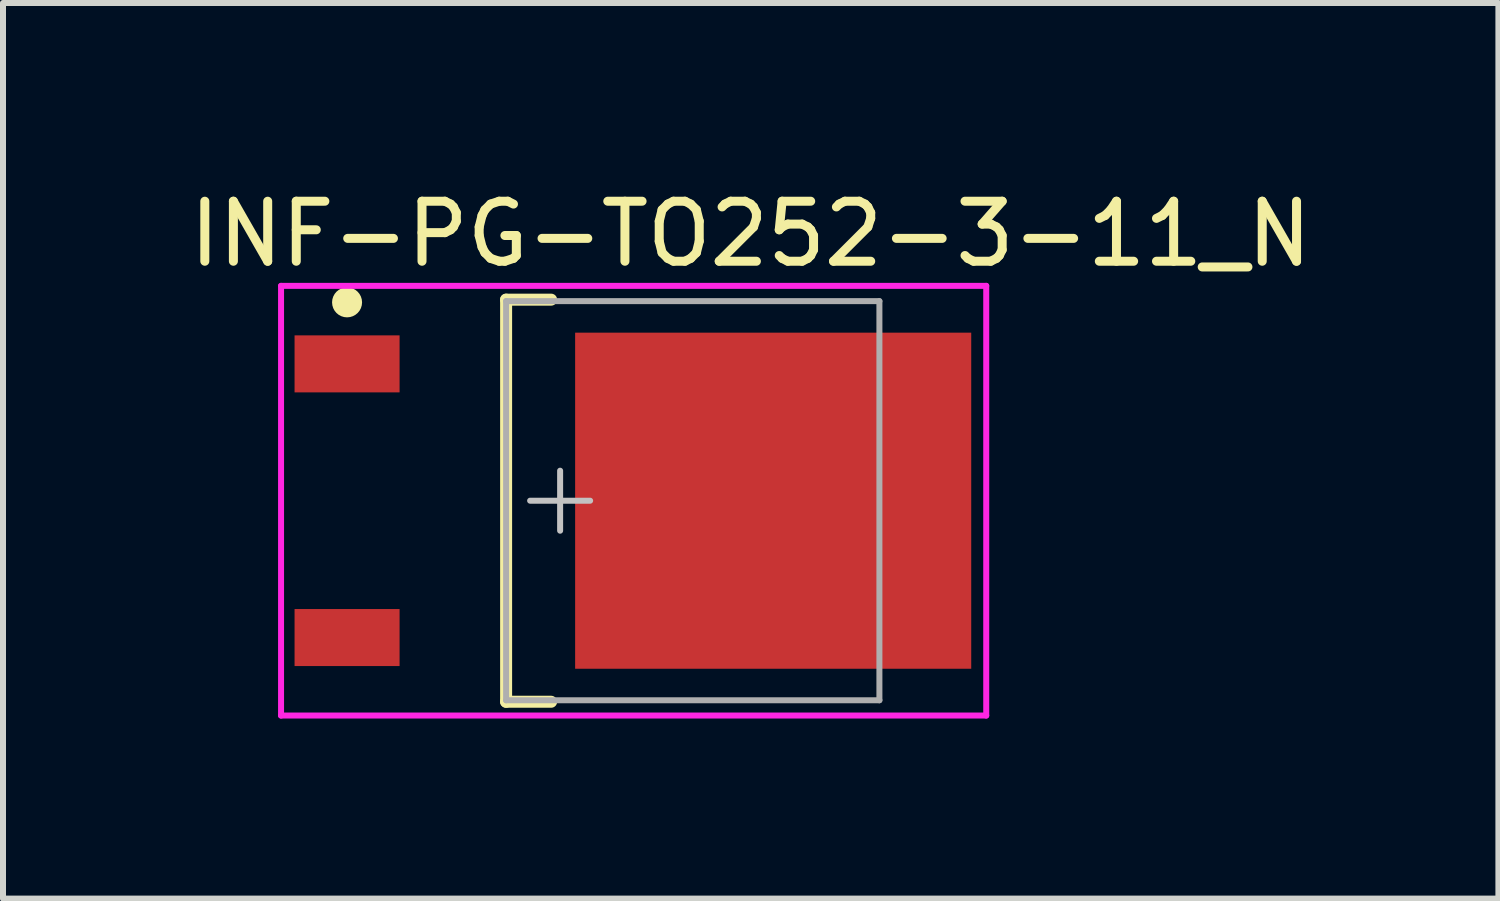
<source format=kicad_pcb>
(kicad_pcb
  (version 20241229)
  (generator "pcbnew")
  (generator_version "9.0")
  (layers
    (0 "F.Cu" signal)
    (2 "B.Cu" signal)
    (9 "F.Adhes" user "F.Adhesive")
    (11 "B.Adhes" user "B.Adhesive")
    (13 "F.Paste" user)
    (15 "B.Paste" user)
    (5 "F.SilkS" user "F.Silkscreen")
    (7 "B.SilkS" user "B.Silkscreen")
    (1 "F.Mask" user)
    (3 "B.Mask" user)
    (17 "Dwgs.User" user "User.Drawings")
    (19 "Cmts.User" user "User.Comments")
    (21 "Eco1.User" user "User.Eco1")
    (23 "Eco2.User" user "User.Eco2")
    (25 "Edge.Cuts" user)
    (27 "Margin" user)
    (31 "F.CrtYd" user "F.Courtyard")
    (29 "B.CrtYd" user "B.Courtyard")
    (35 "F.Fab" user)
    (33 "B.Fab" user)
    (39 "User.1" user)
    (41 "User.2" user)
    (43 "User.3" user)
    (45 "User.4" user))
  (footprint "INF-PG-TO252-3-11_N"
    (layer "F.Cu")
    (at 6.283 5.293)
    (property "Reference" "INF-PG-TO252-3-11_N" (at 3.175 -4.445 0) (layer "F.SilkS") (effects (font (size 1 1) (thickness 0.15))))
    (attr smd)
    (fp_line (start -0.9 -3.35) (end -0.15 -3.35) (stroke (width 0.2) (type solid)) (layer "F.SilkS"))
    (fp_line (start -0.9 3.35) (end -0.9 -3.35) (stroke (width 0.2) (type solid)) (layer "F.SilkS"))
    (fp_line (start -0.9 3.35) (end -0.15 3.35) (stroke (width 0.2) (type solid)) (layer "F.SilkS"))
    (fp_circle (center -3.55 -3.305) (end -3.425 -3.305) (stroke (width 0.25) (type solid)) (fill no) (layer "F.SilkS"))
    (fp_line (start -0.5 0) (end 0.5 0) (stroke (width 0.1) (type solid)) (layer "Dwgs.User"))
    (fp_line (start 0 0.5) (end 0 -0.5) (stroke (width 0.1) (type solid)) (layer "Dwgs.User"))
    (fp_line (start -4.65 -3.58) (end 7.1 -3.58) (stroke (width 0.1) (type solid)) (layer "F.CrtYd"))
    (fp_line (start -4.65 3.58) (end -4.65 -3.58) (stroke (width 0.1) (type solid)) (layer "F.CrtYd"))
    (fp_line (start 7.1 -3.58) (end 7.1 3.58) (stroke (width 0.1) (type solid)) (layer "F.CrtYd"))
    (fp_line (start 7.1 3.58) (end -4.65 3.58) (stroke (width 0.1) (type solid)) (layer "F.CrtYd"))
    (fp_line (start -0.9 -3.325) (end 5.32 -3.325) (stroke (width 0.1) (type solid)) (layer "F.Fab"))
    (fp_line (start -0.9 3.325) (end -0.9 -3.325) (stroke (width 0.1) (type solid)) (layer "F.Fab"))
    (fp_line (start 5.32 -3.325) (end 5.32 3.325) (stroke (width 0.1) (type solid)) (layer "F.Fab"))
    (fp_line (start 5.32 3.325) (end -0.9 3.325) (stroke (width 0.1) (type solid)) (layer "F.Fab"))
    (pad "1" smd rect (at -3.55 -2.28 90) (size 0.95 1.75) (layers "F.Cu" "F.Mask" "F.Paste"))
    (pad "2" smd rect (at 3.55 0 90) (size 5.6 6.6) (layers "F.Cu" "F.Mask" "F.Paste"))
    (pad "3" smd rect (at -3.55 2.28 90) (size 0.95 1.75) (layers "F.Cu" "F.Mask" "F.Paste")))
  (gr_rect
    (start -3 -3)
    (end 21.917 11.923)
    (stroke (width 0.1) (type default))
    (fill no)
    (layer "Edge.Cuts")))
</source>
